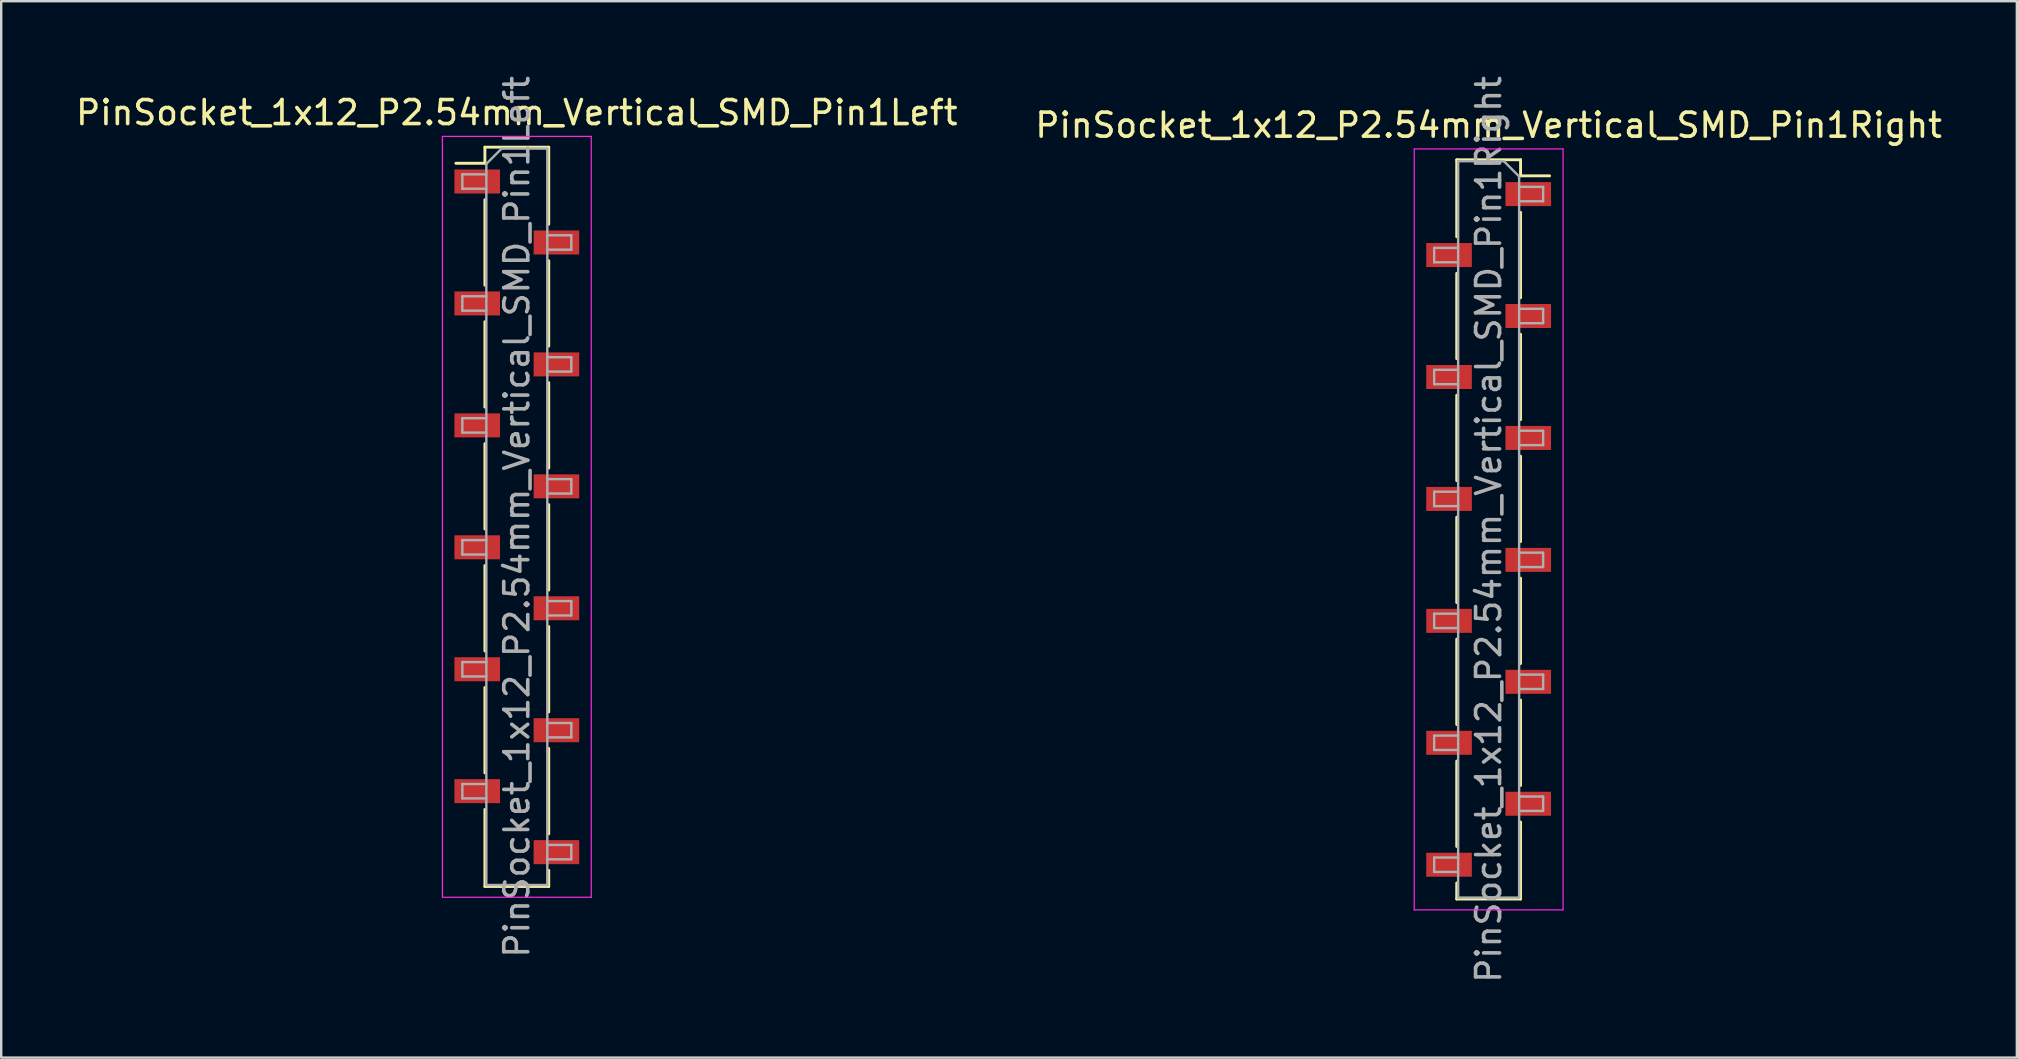
<source format=kicad_pcb>
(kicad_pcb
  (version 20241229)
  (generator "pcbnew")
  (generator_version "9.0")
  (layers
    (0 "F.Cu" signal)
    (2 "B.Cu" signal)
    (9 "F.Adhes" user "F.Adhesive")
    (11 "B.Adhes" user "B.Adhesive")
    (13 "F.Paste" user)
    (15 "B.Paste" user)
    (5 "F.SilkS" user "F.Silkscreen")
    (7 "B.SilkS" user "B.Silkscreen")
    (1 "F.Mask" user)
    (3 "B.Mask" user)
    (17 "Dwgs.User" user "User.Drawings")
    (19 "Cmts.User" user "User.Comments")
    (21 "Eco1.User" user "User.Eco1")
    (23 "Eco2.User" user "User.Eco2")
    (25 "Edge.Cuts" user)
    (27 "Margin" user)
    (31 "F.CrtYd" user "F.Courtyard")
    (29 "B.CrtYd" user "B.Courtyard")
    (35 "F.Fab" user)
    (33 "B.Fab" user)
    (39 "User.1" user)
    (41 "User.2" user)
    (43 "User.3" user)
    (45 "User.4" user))
  (footprint "PinSocket_1x12_P2.54mm_Vertical_SMD_Pin1Left"
    (layer "F.Cu")
    (at 18.482 18.482)
    (property "Reference" "PinSocket_1x12_P2.54mm_Vertical_SMD_Pin1Left" (at 0 -16.84 0) (layer "F.SilkS") (effects (font (size 1 1) (thickness 0.15))))
    (attr smd)
    (fp_line (start -2.54 -14.73) (end -1.33 -14.73) (stroke (width 0.12) (type solid)) (layer "F.SilkS"))
    (fp_line (start -1.33 -15.4) (end -1.33 -14.73) (stroke (width 0.12) (type solid)) (layer "F.SilkS"))
    (fp_line (start -1.33 -15.4) (end 1.33 -15.4) (stroke (width 0.12) (type solid)) (layer "F.SilkS"))
    (fp_line (start -1.33 -13.21) (end -1.33 -9.65) (stroke (width 0.12) (type solid)) (layer "F.SilkS"))
    (fp_line (start -1.33 -8.13) (end -1.33 -4.57) (stroke (width 0.12) (type solid)) (layer "F.SilkS"))
    (fp_line (start -1.33 -3.05) (end -1.33 0.51) (stroke (width 0.12) (type solid)) (layer "F.SilkS"))
    (fp_line (start -1.33 2.03) (end -1.33 5.59) (stroke (width 0.12) (type solid)) (layer "F.SilkS"))
    (fp_line (start -1.33 7.11) (end -1.33 10.67) (stroke (width 0.12) (type solid)) (layer "F.SilkS"))
    (fp_line (start -1.33 12.19) (end -1.33 15.4) (stroke (width 0.12) (type solid)) (layer "F.SilkS"))
    (fp_line (start -1.33 15.4) (end 1.33 15.4) (stroke (width 0.12) (type solid)) (layer "F.SilkS"))
    (fp_line (start 1.33 -15.4) (end 1.33 -12.19) (stroke (width 0.12) (type solid)) (layer "F.SilkS"))
    (fp_line (start 1.33 -10.67) (end 1.33 -7.11) (stroke (width 0.12) (type solid)) (layer "F.SilkS"))
    (fp_line (start 1.33 -5.59) (end 1.33 -2.03) (stroke (width 0.12) (type solid)) (layer "F.SilkS"))
    (fp_line (start 1.33 -0.51) (end 1.33 3.05) (stroke (width 0.12) (type solid)) (layer "F.SilkS"))
    (fp_line (start 1.33 4.57) (end 1.33 8.13) (stroke (width 0.12) (type solid)) (layer "F.SilkS"))
    (fp_line (start 1.33 9.65) (end 1.33 13.21) (stroke (width 0.12) (type solid)) (layer "F.SilkS"))
    (fp_line (start 1.33 14.73) (end 1.33 15.4) (stroke (width 0.12) (type solid)) (layer "F.SilkS"))
    (fp_line (start -3.1 -15.85) (end 3.1 -15.85) (stroke (width 0.05) (type solid)) (layer "F.CrtYd"))
    (fp_line (start -3.1 15.85) (end -3.1 -15.85) (stroke (width 0.05) (type solid)) (layer "F.CrtYd"))
    (fp_line (start 3.1 -15.85) (end 3.1 15.85) (stroke (width 0.05) (type solid)) (layer "F.CrtYd"))
    (fp_line (start 3.1 15.85) (end -3.1 15.85) (stroke (width 0.05) (type solid)) (layer "F.CrtYd"))
    (fp_line (start -2.27 -14.27) (end -1.27 -14.27) (stroke (width 0.1) (type solid)) (layer "F.Fab"))
    (fp_line (start -2.27 -13.67) (end -2.27 -14.27) (stroke (width 0.1) (type solid)) (layer "F.Fab"))
    (fp_line (start -2.27 -9.19) (end -1.27 -9.19) (stroke (width 0.1) (type solid)) (layer "F.Fab"))
    (fp_line (start -2.27 -8.59) (end -2.27 -9.19) (stroke (width 0.1) (type solid)) (layer "F.Fab"))
    (fp_line (start -2.27 -4.11) (end -1.27 -4.11) (stroke (width 0.1) (type solid)) (layer "F.Fab"))
    (fp_line (start -2.27 -3.51) (end -2.27 -4.11) (stroke (width 0.1) (type solid)) (layer "F.Fab"))
    (fp_line (start -2.27 0.97) (end -1.27 0.97) (stroke (width 0.1) (type solid)) (layer "F.Fab"))
    (fp_line (start -2.27 1.57) (end -2.27 0.97) (stroke (width 0.1) (type solid)) (layer "F.Fab"))
    (fp_line (start -2.27 6.05) (end -1.27 6.05) (stroke (width 0.1) (type solid)) (layer "F.Fab"))
    (fp_line (start -2.27 6.65) (end -2.27 6.05) (stroke (width 0.1) (type solid)) (layer "F.Fab"))
    (fp_line (start -2.27 11.13) (end -1.27 11.13) (stroke (width 0.1) (type solid)) (layer "F.Fab"))
    (fp_line (start -2.27 11.73) (end -2.27 11.13) (stroke (width 0.1) (type solid)) (layer "F.Fab"))
    (fp_line (start -1.27 -14.705) (end -0.635 -15.34) (stroke (width 0.1) (type solid)) (layer "F.Fab"))
    (fp_line (start -1.27 -13.67) (end -2.27 -13.67) (stroke (width 0.1) (type solid)) (layer "F.Fab"))
    (fp_line (start -1.27 -8.59) (end -2.27 -8.59) (stroke (width 0.1) (type solid)) (layer "F.Fab"))
    (fp_line (start -1.27 -3.51) (end -2.27 -3.51) (stroke (width 0.1) (type solid)) (layer "F.Fab"))
    (fp_line (start -1.27 1.57) (end -2.27 1.57) (stroke (width 0.1) (type solid)) (layer "F.Fab"))
    (fp_line (start -1.27 6.65) (end -2.27 6.65) (stroke (width 0.1) (type solid)) (layer "F.Fab"))
    (fp_line (start -1.27 11.73) (end -2.27 11.73) (stroke (width 0.1) (type solid)) (layer "F.Fab"))
    (fp_line (start -1.27 15.34) (end -1.27 -14.705) (stroke (width 0.1) (type solid)) (layer "F.Fab"))
    (fp_line (start -0.635 -15.34) (end 1.27 -15.34) (stroke (width 0.1) (type solid)) (layer "F.Fab"))
    (fp_line (start 1.27 -15.34) (end 1.27 15.34) (stroke (width 0.1) (type solid)) (layer "F.Fab"))
    (fp_line (start 1.27 -11.73) (end 2.27 -11.73) (stroke (width 0.1) (type solid)) (layer "F.Fab"))
    (fp_line (start 1.27 -6.65) (end 2.27 -6.65) (stroke (width 0.1) (type solid)) (layer "F.Fab"))
    (fp_line (start 1.27 -1.57) (end 2.27 -1.57) (stroke (width 0.1) (type solid)) (layer "F.Fab"))
    (fp_line (start 1.27 3.51) (end 2.27 3.51) (stroke (width 0.1) (type solid)) (layer "F.Fab"))
    (fp_line (start 1.27 8.59) (end 2.27 8.59) (stroke (width 0.1) (type solid)) (layer "F.Fab"))
    (fp_line (start 1.27 13.67) (end 2.27 13.67) (stroke (width 0.1) (type solid)) (layer "F.Fab"))
    (fp_line (start 1.27 15.34) (end -1.27 15.34) (stroke (width 0.1) (type solid)) (layer "F.Fab"))
    (fp_line (start 2.27 -11.73) (end 2.27 -11.13) (stroke (width 0.1) (type solid)) (layer "F.Fab"))
    (fp_line (start 2.27 -11.13) (end 1.27 -11.13) (stroke (width 0.1) (type solid)) (layer "F.Fab"))
    (fp_line (start 2.27 -6.65) (end 2.27 -6.05) (stroke (width 0.1) (type solid)) (layer "F.Fab"))
    (fp_line (start 2.27 -6.05) (end 1.27 -6.05) (stroke (width 0.1) (type solid)) (layer "F.Fab"))
    (fp_line (start 2.27 -1.57) (end 2.27 -0.97) (stroke (width 0.1) (type solid)) (layer "F.Fab"))
    (fp_line (start 2.27 -0.97) (end 1.27 -0.97) (stroke (width 0.1) (type solid)) (layer "F.Fab"))
    (fp_line (start 2.27 3.51) (end 2.27 4.11) (stroke (width 0.1) (type solid)) (layer "F.Fab"))
    (fp_line (start 2.27 4.11) (end 1.27 4.11) (stroke (width 0.1) (type solid)) (layer "F.Fab"))
    (fp_line (start 2.27 8.59) (end 2.27 9.19) (stroke (width 0.1) (type solid)) (layer "F.Fab"))
    (fp_line (start 2.27 9.19) (end 1.27 9.19) (stroke (width 0.1) (type solid)) (layer "F.Fab"))
    (fp_line (start 2.27 13.67) (end 2.27 14.27) (stroke (width 0.1) (type solid)) (layer "F.Fab"))
    (fp_line (start 2.27 14.27) (end 1.27 14.27) (stroke (width 0.1) (type solid)) (layer "F.Fab"))
    (fp_text user "${REFERENCE}" (at 0 0 90) (layer "F.Fab") (effects (font (size 1 1) (thickness 0.15))))
    (pad "1" smd rect (at -1.65 -13.97) (size 1.9 1) (layers "F.Cu" "F.Mask" "F.Paste"))
    (pad "2" smd rect (at 1.65 -11.43) (size 1.9 1) (layers "F.Cu" "F.Mask" "F.Paste"))
    (pad "3" smd rect (at -1.65 -8.89) (size 1.9 1) (layers "F.Cu" "F.Mask" "F.Paste"))
    (pad "4" smd rect (at 1.65 -6.35) (size 1.9 1) (layers "F.Cu" "F.Mask" "F.Paste"))
    (pad "5" smd rect (at -1.65 -3.81) (size 1.9 1) (layers "F.Cu" "F.Mask" "F.Paste"))
    (pad "6" smd rect (at 1.65 -1.27) (size 1.9 1) (layers "F.Cu" "F.Mask" "F.Paste"))
    (pad "7" smd rect (at -1.65 1.27) (size 1.9 1) (layers "F.Cu" "F.Mask" "F.Paste"))
    (pad "8" smd rect (at 1.65 3.81) (size 1.9 1) (layers "F.Cu" "F.Mask" "F.Paste"))
    (pad "9" smd rect (at -1.65 6.35) (size 1.9 1) (layers "F.Cu" "F.Mask" "F.Paste"))
    (pad "10" smd rect (at 1.65 8.89) (size 1.9 1) (layers "F.Cu" "F.Mask" "F.Paste"))
    (pad "11" smd rect (at -1.65 11.43) (size 1.9 1) (layers "F.Cu" "F.Mask" "F.Paste"))
    (pad "12" smd rect (at 1.65 13.97) (size 1.9 1) (layers "F.Cu" "F.Mask" "F.Paste")))
  (footprint "PinSocket_1x12_P2.54mm_Vertical_SMD_Pin1Right"
    (layer "F.Cu")
    (at 58.97 19.006)
    (property "Reference" "PinSocket_1x12_P2.54mm_Vertical_SMD_Pin1Right" (at 0 -16.84 0) (layer "F.SilkS") (effects (font (size 1 1) (thickness 0.15))))
    (attr smd)
    (fp_line (start -1.33 -15.4) (end -1.33 -12.19) (stroke (width 0.12) (type solid)) (layer "F.SilkS"))
    (fp_line (start -1.33 -15.4) (end 1.33 -15.4) (stroke (width 0.12) (type solid)) (layer "F.SilkS"))
    (fp_line (start -1.33 -10.67) (end -1.33 -7.11) (stroke (width 0.12) (type solid)) (layer "F.SilkS"))
    (fp_line (start -1.33 -5.59) (end -1.33 -2.03) (stroke (width 0.12) (type solid)) (layer "F.SilkS"))
    (fp_line (start -1.33 -0.51) (end -1.33 3.05) (stroke (width 0.12) (type solid)) (layer "F.SilkS"))
    (fp_line (start -1.33 4.57) (end -1.33 8.13) (stroke (width 0.12) (type solid)) (layer "F.SilkS"))
    (fp_line (start -1.33 9.65) (end -1.33 13.21) (stroke (width 0.12) (type solid)) (layer "F.SilkS"))
    (fp_line (start -1.33 14.73) (end -1.33 15.4) (stroke (width 0.12) (type solid)) (layer "F.SilkS"))
    (fp_line (start -1.33 15.4) (end 1.33 15.4) (stroke (width 0.12) (type solid)) (layer "F.SilkS"))
    (fp_line (start 1.33 -15.4) (end 1.33 -14.73) (stroke (width 0.12) (type solid)) (layer "F.SilkS"))
    (fp_line (start 1.33 -14.73) (end 2.54 -14.73) (stroke (width 0.12) (type solid)) (layer "F.SilkS"))
    (fp_line (start 1.33 -13.21) (end 1.33 -9.65) (stroke (width 0.12) (type solid)) (layer "F.SilkS"))
    (fp_line (start 1.33 -8.13) (end 1.33 -4.57) (stroke (width 0.12) (type solid)) (layer "F.SilkS"))
    (fp_line (start 1.33 -3.05) (end 1.33 0.51) (stroke (width 0.12) (type solid)) (layer "F.SilkS"))
    (fp_line (start 1.33 2.03) (end 1.33 5.59) (stroke (width 0.12) (type solid)) (layer "F.SilkS"))
    (fp_line (start 1.33 7.11) (end 1.33 10.67) (stroke (width 0.12) (type solid)) (layer "F.SilkS"))
    (fp_line (start 1.33 12.19) (end 1.33 15.4) (stroke (width 0.12) (type solid)) (layer "F.SilkS"))
    (fp_line (start -3.1 -15.85) (end 3.1 -15.85) (stroke (width 0.05) (type solid)) (layer "F.CrtYd"))
    (fp_line (start -3.1 15.85) (end -3.1 -15.85) (stroke (width 0.05) (type solid)) (layer "F.CrtYd"))
    (fp_line (start 3.1 -15.85) (end 3.1 15.85) (stroke (width 0.05) (type solid)) (layer "F.CrtYd"))
    (fp_line (start 3.1 15.85) (end -3.1 15.85) (stroke (width 0.05) (type solid)) (layer "F.CrtYd"))
    (fp_line (start -2.27 -11.73) (end -1.27 -11.73) (stroke (width 0.1) (type solid)) (layer "F.Fab"))
    (fp_line (start -2.27 -11.13) (end -2.27 -11.73) (stroke (width 0.1) (type solid)) (layer "F.Fab"))
    (fp_line (start -2.27 -6.65) (end -1.27 -6.65) (stroke (width 0.1) (type solid)) (layer "F.Fab"))
    (fp_line (start -2.27 -6.05) (end -2.27 -6.65) (stroke (width 0.1) (type solid)) (layer "F.Fab"))
    (fp_line (start -2.27 -1.57) (end -1.27 -1.57) (stroke (width 0.1) (type solid)) (layer "F.Fab"))
    (fp_line (start -2.27 -0.97) (end -2.27 -1.57) (stroke (width 0.1) (type solid)) (layer "F.Fab"))
    (fp_line (start -2.27 3.51) (end -1.27 3.51) (stroke (width 0.1) (type solid)) (layer "F.Fab"))
    (fp_line (start -2.27 4.11) (end -2.27 3.51) (stroke (width 0.1) (type solid)) (layer "F.Fab"))
    (fp_line (start -2.27 8.59) (end -1.27 8.59) (stroke (width 0.1) (type solid)) (layer "F.Fab"))
    (fp_line (start -2.27 9.19) (end -2.27 8.59) (stroke (width 0.1) (type solid)) (layer "F.Fab"))
    (fp_line (start -2.27 13.67) (end -1.27 13.67) (stroke (width 0.1) (type solid)) (layer "F.Fab"))
    (fp_line (start -2.27 14.27) (end -2.27 13.67) (stroke (width 0.1) (type solid)) (layer "F.Fab"))
    (fp_line (start -1.27 -15.34) (end 0.635 -15.34) (stroke (width 0.1) (type solid)) (layer "F.Fab"))
    (fp_line (start -1.27 -11.13) (end -2.27 -11.13) (stroke (width 0.1) (type solid)) (layer "F.Fab"))
    (fp_line (start -1.27 -6.05) (end -2.27 -6.05) (stroke (width 0.1) (type solid)) (layer "F.Fab"))
    (fp_line (start -1.27 -0.97) (end -2.27 -0.97) (stroke (width 0.1) (type solid)) (layer "F.Fab"))
    (fp_line (start -1.27 4.11) (end -2.27 4.11) (stroke (width 0.1) (type solid)) (layer "F.Fab"))
    (fp_line (start -1.27 9.19) (end -2.27 9.19) (stroke (width 0.1) (type solid)) (layer "F.Fab"))
    (fp_line (start -1.27 14.27) (end -2.27 14.27) (stroke (width 0.1) (type solid)) (layer "F.Fab"))
    (fp_line (start -1.27 15.34) (end -1.27 -15.34) (stroke (width 0.1) (type solid)) (layer "F.Fab"))
    (fp_line (start 0.635 -15.34) (end 1.27 -14.705) (stroke (width 0.1) (type solid)) (layer "F.Fab"))
    (fp_line (start 1.27 -14.705) (end 1.27 15.34) (stroke (width 0.1) (type solid)) (layer "F.Fab"))
    (fp_line (start 1.27 -14.27) (end 2.27 -14.27) (stroke (width 0.1) (type solid)) (layer "F.Fab"))
    (fp_line (start 1.27 -9.19) (end 2.27 -9.19) (stroke (width 0.1) (type solid)) (layer "F.Fab"))
    (fp_line (start 1.27 -4.11) (end 2.27 -4.11) (stroke (width 0.1) (type solid)) (layer "F.Fab"))
    (fp_line (start 1.27 0.97) (end 2.27 0.97) (stroke (width 0.1) (type solid)) (layer "F.Fab"))
    (fp_line (start 1.27 6.05) (end 2.27 6.05) (stroke (width 0.1) (type solid)) (layer "F.Fab"))
    (fp_line (start 1.27 11.13) (end 2.27 11.13) (stroke (width 0.1) (type solid)) (layer "F.Fab"))
    (fp_line (start 1.27 15.34) (end -1.27 15.34) (stroke (width 0.1) (type solid)) (layer "F.Fab"))
    (fp_line (start 2.27 -14.27) (end 2.27 -13.67) (stroke (width 0.1) (type solid)) (layer "F.Fab"))
    (fp_line (start 2.27 -13.67) (end 1.27 -13.67) (stroke (width 0.1) (type solid)) (layer "F.Fab"))
    (fp_line (start 2.27 -9.19) (end 2.27 -8.59) (stroke (width 0.1) (type solid)) (layer "F.Fab"))
    (fp_line (start 2.27 -8.59) (end 1.27 -8.59) (stroke (width 0.1) (type solid)) (layer "F.Fab"))
    (fp_line (start 2.27 -4.11) (end 2.27 -3.51) (stroke (width 0.1) (type solid)) (layer "F.Fab"))
    (fp_line (start 2.27 -3.51) (end 1.27 -3.51) (stroke (width 0.1) (type solid)) (layer "F.Fab"))
    (fp_line (start 2.27 0.97) (end 2.27 1.57) (stroke (width 0.1) (type solid)) (layer "F.Fab"))
    (fp_line (start 2.27 1.57) (end 1.27 1.57) (stroke (width 0.1) (type solid)) (layer "F.Fab"))
    (fp_line (start 2.27 6.05) (end 2.27 6.65) (stroke (width 0.1) (type solid)) (layer "F.Fab"))
    (fp_line (start 2.27 6.65) (end 1.27 6.65) (stroke (width 0.1) (type solid)) (layer "F.Fab"))
    (fp_line (start 2.27 11.13) (end 2.27 11.73) (stroke (width 0.1) (type solid)) (layer "F.Fab"))
    (fp_line (start 2.27 11.73) (end 1.27 11.73) (stroke (width 0.1) (type solid)) (layer "F.Fab"))
    (fp_text user "${REFERENCE}" (at 0 0 90) (layer "F.Fab") (effects (font (size 1 1) (thickness 0.15))))
    (pad "1" smd rect (at 1.65 -13.97) (size 1.9 1) (layers "F.Cu" "F.Mask" "F.Paste"))
    (pad "2" smd rect (at -1.65 -11.43) (size 1.9 1) (layers "F.Cu" "F.Mask" "F.Paste"))
    (pad "3" smd rect (at 1.65 -8.89) (size 1.9 1) (layers "F.Cu" "F.Mask" "F.Paste"))
    (pad "4" smd rect (at -1.65 -6.35) (size 1.9 1) (layers "F.Cu" "F.Mask" "F.Paste"))
    (pad "5" smd rect (at 1.65 -3.81) (size 1.9 1) (layers "F.Cu" "F.Mask" "F.Paste"))
    (pad "6" smd rect (at -1.65 -1.27) (size 1.9 1) (layers "F.Cu" "F.Mask" "F.Paste"))
    (pad "7" smd rect (at 1.65 1.27) (size 1.9 1) (layers "F.Cu" "F.Mask" "F.Paste"))
    (pad "8" smd rect (at -1.65 3.81) (size 1.9 1) (layers "F.Cu" "F.Mask" "F.Paste"))
    (pad "9" smd rect (at 1.65 6.35) (size 1.9 1) (layers "F.Cu" "F.Mask" "F.Paste"))
    (pad "10" smd rect (at -1.65 8.89) (size 1.9 1) (layers "F.Cu" "F.Mask" "F.Paste"))
    (pad "11" smd rect (at 1.65 11.43) (size 1.9 1) (layers "F.Cu" "F.Mask" "F.Paste"))
    (pad "12" smd rect (at -1.65 13.97) (size 1.9 1) (layers "F.Cu" "F.Mask" "F.Paste")))
  (gr_rect
    (start -3 -3)
    (end 80.976 41.012)
    (stroke (width 0.1) (type default))
    (fill no)
    (layer "Edge.Cuts")))
</source>
